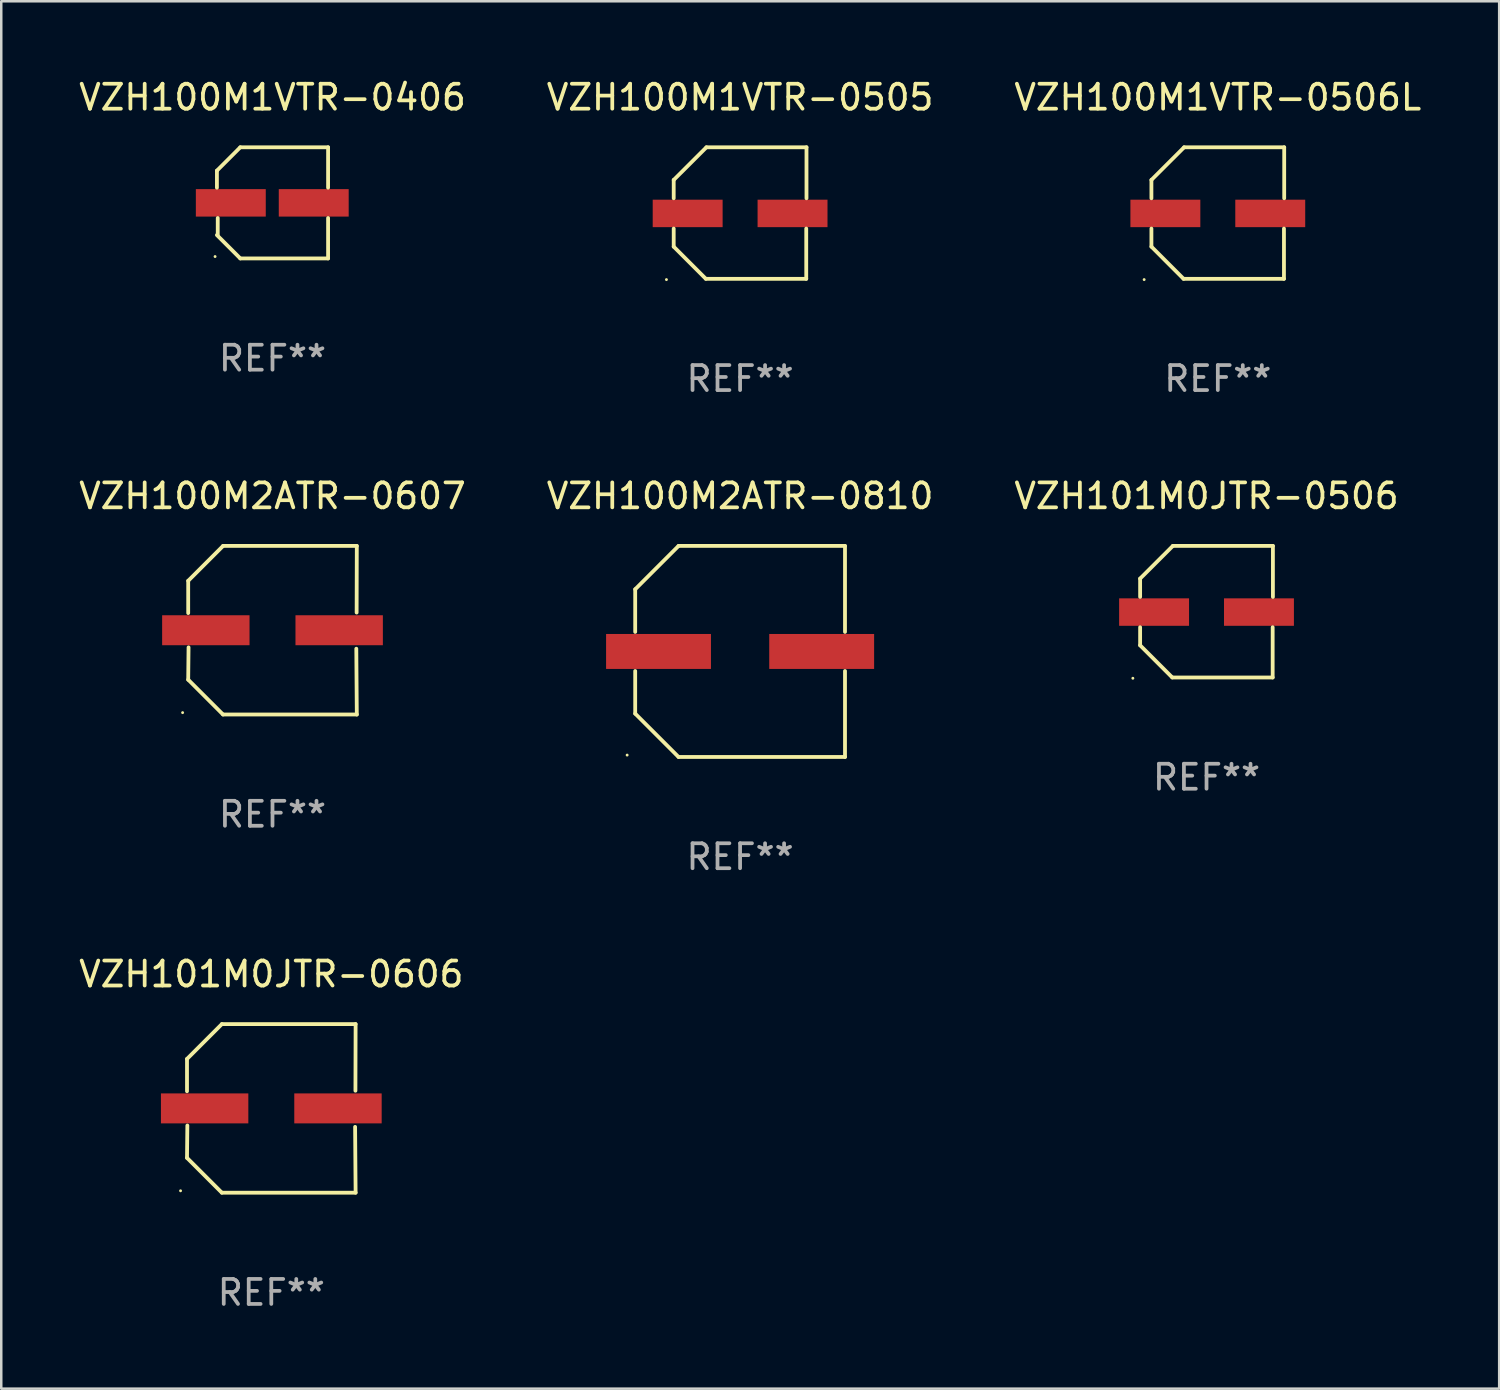
<source format=kicad_pcb>
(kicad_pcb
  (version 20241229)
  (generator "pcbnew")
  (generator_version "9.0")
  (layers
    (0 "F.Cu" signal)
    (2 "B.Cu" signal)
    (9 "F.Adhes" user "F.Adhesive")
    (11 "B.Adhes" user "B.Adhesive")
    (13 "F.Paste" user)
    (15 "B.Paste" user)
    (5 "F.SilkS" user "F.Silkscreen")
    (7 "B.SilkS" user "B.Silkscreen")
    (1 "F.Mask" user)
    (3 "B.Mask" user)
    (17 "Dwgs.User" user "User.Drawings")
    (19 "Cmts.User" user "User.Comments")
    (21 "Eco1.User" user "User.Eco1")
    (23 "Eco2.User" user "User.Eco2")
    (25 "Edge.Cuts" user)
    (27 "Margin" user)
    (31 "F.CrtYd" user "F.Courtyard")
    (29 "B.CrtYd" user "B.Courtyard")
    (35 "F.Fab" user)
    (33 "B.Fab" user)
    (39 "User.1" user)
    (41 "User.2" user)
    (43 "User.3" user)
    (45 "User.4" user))
  (footprint "VZH100M2ATR-0810"
    (layer "F.Cu")
    (at 26.589 23.039)
    (property "Reference" "VZH100M2ATR-0810" (at 0 -6.226 0) (layer "F.SilkS") (effects (font (size 1 1) (thickness 0.15))))
    (attr through_hole)
    (fp_line (start -4.201 -2.49) (end -4.201 -0.782) (stroke (width 0.152) (type solid)) (layer "F.SilkS"))
    (fp_line (start -4.201 2.49) (end -4.201 0.782) (stroke (width 0.152) (type solid)) (layer "F.SilkS"))
    (fp_line (start -2.465 -4.226) (end -4.201 -2.49) (stroke (width 0.152) (type solid)) (layer "F.SilkS"))
    (fp_line (start -2.465 4.226) (end -4.201 2.49) (stroke (width 0.152) (type solid)) (layer "F.SilkS"))
    (fp_line (start 4.201 -4.226) (end -2.465 -4.226) (stroke (width 0.152) (type solid)) (layer "F.SilkS"))
    (fp_line (start 4.201 -0.782) (end 4.201 -4.226) (stroke (width 0.152) (type solid)) (layer "F.SilkS"))
    (fp_line (start 4.201 0.782) (end 4.201 4.226) (stroke (width 0.152) (type solid)) (layer "F.SilkS"))
    (fp_line (start 4.201 4.226) (end -2.465 4.226) (stroke (width 0.152) (type solid)) (layer "F.SilkS"))
    (fp_circle (center -4.524 4.15) (end -4.494 4.15) (stroke (width 0.06) (type solid)) (fill no) (layer "F.SilkS"))
    (fp_text user "REF**" (at 0 8.226 0) (layer "F.Fab") (effects (font (size 1 1) (thickness 0.15))))
    (pad "1" smd rect (at -3.267 0) (size 4.2 1.4) (layers "F.Cu" "F.Mask" "F.Paste"))
    (pad "2" smd rect (at 3.267 0) (size 4.2 1.4) (layers "F.Cu" "F.Mask" "F.Paste")))
  (footprint "VZH101M0JTR-0506"
    (layer "F.Cu")
    (at 45.268 21.447)
    (property "Reference" "VZH101M0JTR-0506" (at 0 -4.634 0) (layer "F.SilkS") (effects (font (size 1 1) (thickness 0.15))))
    (attr through_hole)
    (fp_line (start -2.659 -1.326) (end -2.659 -0.592) (stroke (width 0.152) (type solid)) (layer "F.SilkS"))
    (fp_line (start -2.659 1.346) (end -2.659 0.622) (stroke (width 0.152) (type solid)) (layer "F.SilkS"))
    (fp_line (start -1.372 2.634) (end -2.659 1.346) (stroke (width 0.152) (type solid)) (layer "F.SilkS"))
    (fp_line (start -1.349 -2.634) (end -2.659 -1.326) (stroke (width 0.152) (type solid)) (layer "F.SilkS"))
    (fp_line (start 2.649 0.622) (end 2.649 2.634) (stroke (width 0.152) (type solid)) (layer "F.SilkS"))
    (fp_line (start 2.649 2.634) (end -1.372 2.634) (stroke (width 0.152) (type solid)) (layer "F.SilkS"))
    (fp_line (start 2.659 -2.634) (end -1.349 -2.634) (stroke (width 0.152) (type solid)) (layer "F.SilkS"))
    (fp_line (start 2.659 -0.592) (end 2.659 -2.634) (stroke (width 0.152) (type solid)) (layer "F.SilkS"))
    (fp_circle (center -2.95 2.665) (end -2.92 2.665) (stroke (width 0.06) (type solid)) (fill no) (layer "F.SilkS"))
    (fp_text user "REF**" (at 0 6.634 0) (layer "F.Fab") (effects (font (size 1 1) (thickness 0.15))))
    (pad "1" smd rect (at -2.1 0.015) (size 2.8 1.1) (layers "F.Cu" "F.Mask" "F.Paste"))
    (pad "2" smd rect (at 2.1 0.015) (size 2.8 1.1) (layers "F.Cu" "F.Mask" "F.Paste")))
  (footprint "VZH100M1VTR-0505"
    (layer "F.Cu")
    (at 26.589 5.482)
    (property "Reference" "VZH100M1VTR-0505" (at 0 -4.634 0) (layer "F.SilkS") (effects (font (size 1 1) (thickness 0.15))))
    (attr through_hole)
    (fp_line (start -2.659 -1.326) (end -2.659 -0.592) (stroke (width 0.152) (type solid)) (layer "F.SilkS"))
    (fp_line (start -2.659 1.346) (end -2.659 0.622) (stroke (width 0.152) (type solid)) (layer "F.SilkS"))
    (fp_line (start -1.372 2.634) (end -2.659 1.346) (stroke (width 0.152) (type solid)) (layer "F.SilkS"))
    (fp_line (start -1.349 -2.634) (end -2.659 -1.326) (stroke (width 0.152) (type solid)) (layer "F.SilkS"))
    (fp_line (start 2.649 0.622) (end 2.649 2.634) (stroke (width 0.152) (type solid)) (layer "F.SilkS"))
    (fp_line (start 2.649 2.634) (end -1.372 2.634) (stroke (width 0.152) (type solid)) (layer "F.SilkS"))
    (fp_line (start 2.659 -2.634) (end -1.349 -2.634) (stroke (width 0.152) (type solid)) (layer "F.SilkS"))
    (fp_line (start 2.659 -0.592) (end 2.659 -2.634) (stroke (width 0.152) (type solid)) (layer "F.SilkS"))
    (fp_circle (center -2.95 2.665) (end -2.92 2.665) (stroke (width 0.06) (type solid)) (fill no) (layer "F.SilkS"))
    (fp_text user "REF**" (at 0 6.634 0) (layer "F.Fab") (effects (font (size 1 1) (thickness 0.15))))
    (pad "1" smd rect (at -2.1 0.015) (size 2.8 1.1) (layers "F.Cu" "F.Mask" "F.Paste"))
    (pad "2" smd rect (at 2.1 0.015) (size 2.8 1.1) (layers "F.Cu" "F.Mask" "F.Paste")))
  (footprint "VZH100M2ATR-0607"
    (layer "F.Cu")
    (at 7.863 22.189)
    (property "Reference" "VZH100M2ATR-0607" (at 0 -5.376 0) (layer "F.SilkS") (effects (font (size 1 1) (thickness 0.15))))
    (attr through_hole)
    (fp_line (start -3.376 -1.98) (end -3.376 -0.686) (stroke (width 0.152) (type solid)) (layer "F.SilkS"))
    (fp_line (start -3.376 1.981) (end -3.362 0.686) (stroke (width 0.152) (type solid)) (layer "F.SilkS"))
    (fp_line (start -1.981 3.376) (end -3.376 1.981) (stroke (width 0.152) (type solid)) (layer "F.SilkS"))
    (fp_line (start -1.98 -3.376) (end -3.376 -1.98) (stroke (width 0.152) (type solid)) (layer "F.SilkS"))
    (fp_line (start 3.356 0.74) (end 3.376 3.376) (stroke (width 0.152) (type solid)) (layer "F.SilkS"))
    (fp_line (start 3.369 -0.707) (end 3.376 -3.376) (stroke (width 0.152) (type solid)) (layer "F.SilkS"))
    (fp_line (start 3.376 3.376) (end -1.981 3.376) (stroke (width 0.152) (type solid)) (layer "F.SilkS"))
    (fp_line (start 3.376 -3.376) (end -1.98 -3.376) (stroke (width 0.152) (type solid)) (layer "F.SilkS"))
    (fp_circle (center -3.6 3.3) (end -3.57 3.3) (stroke (width 0.06) (type solid)) (fill no) (layer "F.SilkS"))
    (fp_text user "REF**" (at 0 7.376 0) (layer "F.Fab") (effects (font (size 1 1) (thickness 0.15))))
    (pad "1" smd rect (at -2.67 0.000381) (size 3.5 1.2) (layers "F.Cu" "F.Mask" "F.Paste"))
    (pad "2" smd rect (at 2.67 0.000381) (size 3.5 1.2) (layers "F.Cu" "F.Mask" "F.Paste")))
  (footprint "VZH101M0JTR-0606"
    (layer "F.Cu")
    (at 7.815 41.338)
    (property "Reference" "VZH101M0JTR-0606" (at 0 -5.376 0) (layer "F.SilkS") (effects (font (size 1 1) (thickness 0.15))))
    (attr through_hole)
    (fp_line (start -3.376 -1.98) (end -3.376 -0.686) (stroke (width 0.152) (type solid)) (layer "F.SilkS"))
    (fp_line (start -3.376 1.981) (end -3.362 0.686) (stroke (width 0.152) (type solid)) (layer "F.SilkS"))
    (fp_line (start -1.981 3.376) (end -3.376 1.981) (stroke (width 0.152) (type solid)) (layer "F.SilkS"))
    (fp_line (start -1.98 -3.376) (end -3.376 -1.98) (stroke (width 0.152) (type solid)) (layer "F.SilkS"))
    (fp_line (start 3.356 0.74) (end 3.376 3.376) (stroke (width 0.152) (type solid)) (layer "F.SilkS"))
    (fp_line (start 3.369 -0.707) (end 3.376 -3.376) (stroke (width 0.152) (type solid)) (layer "F.SilkS"))
    (fp_line (start 3.376 3.376) (end -1.981 3.376) (stroke (width 0.152) (type solid)) (layer "F.SilkS"))
    (fp_line (start 3.376 -3.376) (end -1.98 -3.376) (stroke (width 0.152) (type solid)) (layer "F.SilkS"))
    (fp_circle (center -3.634 3.3) (end -3.604 3.3) (stroke (width 0.06) (type solid)) (fill no) (layer "F.SilkS"))
    (fp_text user "REF**" (at 0 7.376 0) (layer "F.Fab") (effects (font (size 1 1) (thickness 0.15))))
    (pad "1" smd rect (at -2.67 0.000254) (size 3.5 1.2) (layers "F.Cu" "F.Mask" "F.Paste"))
    (pad "2" smd rect (at 2.67 0.000254) (size 3.5 1.2) (layers "F.Cu" "F.Mask" "F.Paste")))
  (footprint "VZH100M1VTR-0506L"
    (layer "F.Cu")
    (at 45.72 5.482)
    (property "Reference" "VZH100M1VTR-0506L" (at 0 -4.634 0) (layer "F.SilkS") (effects (font (size 1 1) (thickness 0.15))))
    (attr through_hole)
    (fp_line (start -2.659 -1.326) (end -2.659 -0.592) (stroke (width 0.152) (type solid)) (layer "F.SilkS"))
    (fp_line (start -2.659 1.346) (end -2.659 0.622) (stroke (width 0.152) (type solid)) (layer "F.SilkS"))
    (fp_line (start -1.372 2.634) (end -2.659 1.346) (stroke (width 0.152) (type solid)) (layer "F.SilkS"))
    (fp_line (start -1.349 -2.634) (end -2.659 -1.326) (stroke (width 0.152) (type solid)) (layer "F.SilkS"))
    (fp_line (start 2.649 0.622) (end 2.649 2.634) (stroke (width 0.152) (type solid)) (layer "F.SilkS"))
    (fp_line (start 2.649 2.634) (end -1.372 2.634) (stroke (width 0.152) (type solid)) (layer "F.SilkS"))
    (fp_line (start 2.659 -2.634) (end -1.349 -2.634) (stroke (width 0.152) (type solid)) (layer "F.SilkS"))
    (fp_line (start 2.659 -0.592) (end 2.659 -2.634) (stroke (width 0.152) (type solid)) (layer "F.SilkS"))
    (fp_circle (center -2.95 2.665) (end -2.92 2.665) (stroke (width 0.06) (type solid)) (fill no) (layer "F.SilkS"))
    (fp_text user "REF**" (at 0 6.634 0) (layer "F.Fab") (effects (font (size 1 1) (thickness 0.15))))
    (pad "1" smd rect (at -2.1 0.015) (size 2.8 1.1) (layers "F.Cu" "F.Mask" "F.Paste"))
    (pad "2" smd rect (at 2.1 0.015) (size 2.8 1.1) (layers "F.Cu" "F.Mask" "F.Paste")))
  (footprint "VZH100M1VTR-0406"
    (layer "F.Cu")
    (at 7.863 5.074)
    (property "Reference" "VZH100M1VTR-0406" (at 0 -4.226 0) (layer "F.SilkS") (effects (font (size 1 1) (thickness 0.15))))
    (attr through_hole)
    (fp_line (start -2.226 -1.29) (end -2.226 -0.607) (stroke (width 0.152) (type solid)) (layer "F.SilkS"))
    (fp_line (start -2.193 1.29) (end -2.193 0.607) (stroke (width 0.152) (type solid)) (layer "F.SilkS"))
    (fp_line (start -1.29 2.226) (end -2.226 1.29) (stroke (width 0.152) (type solid)) (layer "F.SilkS"))
    (fp_line (start -1.29 -2.226) (end -2.226 -1.29) (stroke (width 0.152) (type solid)) (layer "F.SilkS"))
    (fp_line (start 2.226 -2.226) (end -1.29 -2.226) (stroke (width 0.152) (type solid)) (layer "F.SilkS"))
    (fp_line (start 2.226 -0.607) (end 2.226 -2.226) (stroke (width 0.152) (type solid)) (layer "F.SilkS"))
    (fp_line (start 2.226 0.607) (end 2.226 2.226) (stroke (width 0.152) (type solid)) (layer "F.SilkS"))
    (fp_line (start 2.226 2.226) (end -1.29 2.226) (stroke (width 0.152) (type solid)) (layer "F.SilkS"))
    (fp_circle (center -2.3 2.15) (end -2.27 2.15) (stroke (width 0.06) (type solid)) (fill no) (layer "F.SilkS"))
    (fp_text user "REF**" (at 0 6.226 0) (layer "F.Fab") (effects (font (size 1 1) (thickness 0.15))))
    (pad "1" smd rect (at -1.67 -0.000025) (size 2.8 1.1) (layers "F.Cu" "F.Mask" "F.Paste"))
    (pad "2" smd rect (at 1.651 -0.000025) (size 2.8 1.1) (layers "F.Cu" "F.Mask" "F.Paste")))
  (gr_rect
    (start -3 -3)
    (end 56.988 52.562)
    (stroke (width 0.1) (type default))
    (fill no)
    (layer "Edge.Cuts")))
</source>
